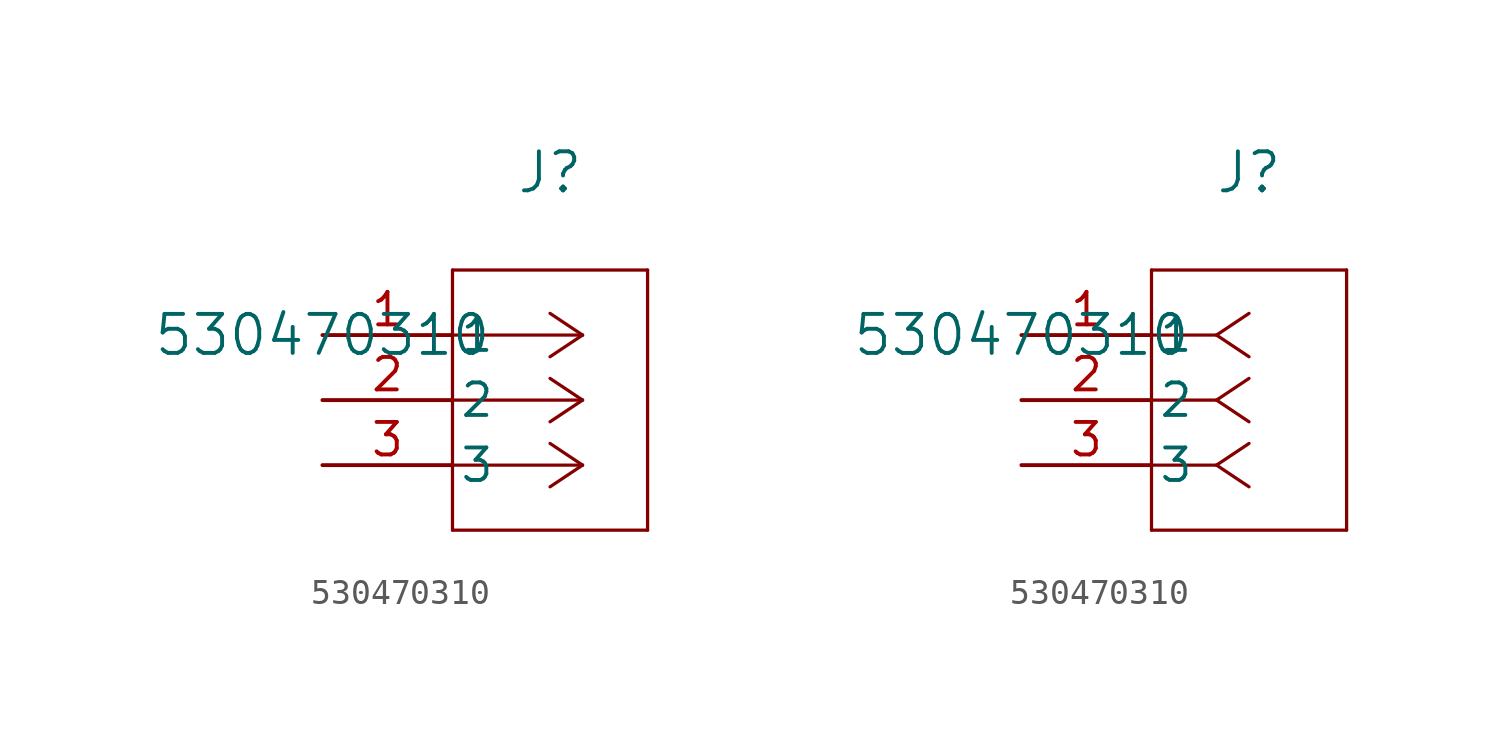
<source format=kicad_sym>
(kicad_symbol_lib
  (version 20211014)
  (generator kicad_symbol_editor)
  (symbol "530470310"
    (pin_names
      (offset 0.254))
    (property "Reference" "J"
      (at 8.89 6.35 0)
      (effects (font (size 1.524 1.524))))
    (property "Value" "530470310"
      (at 0 0 0)
      (effects (font (size 1.524 1.524))))
    (symbol "530470310_1_1"
      (polyline (pts (xy 10.16 0) (xy 5.08 0)) (stroke (width 0.127) (type default) (color 0 0 0 0)) (fill (type none)))
      (polyline (pts (xy 10.16 -2.54) (xy 5.08 -2.54)) (stroke (width 0.127) (type default) (color 0 0 0 0)) (fill (type none)))
      (polyline (pts (xy 10.16 -5.08) (xy 5.08 -5.08)) (stroke (width 0.127) (type default) (color 0 0 0 0)) (fill (type none)))
      (polyline (pts (xy 10.16 0) (xy 8.89 0.847)) (stroke (width 0.127) (type default) (color 0 0 0 0)) (fill (type none)))
      (polyline (pts (xy 10.16 -2.54) (xy 8.89 -1.693)) (stroke (width 0.127) (type default) (color 0 0 0 0)) (fill (type none)))
      (polyline (pts (xy 10.16 -5.08) (xy 8.89 -4.233)) (stroke (width 0.127) (type default) (color 0 0 0 0)) (fill (type none)))
      (polyline (pts (xy 10.16 0) (xy 8.89 -0.847)) (stroke (width 0.127) (type default) (color 0 0 0 0)) (fill (type none)))
      (polyline (pts (xy 10.16 -2.54) (xy 8.89 -3.387)) (stroke (width 0.127) (type default) (color 0 0 0 0)) (fill (type none)))
      (polyline (pts (xy 10.16 -5.08) (xy 8.89 -5.927)) (stroke (width 0.127) (type default) (color 0 0 0 0)) (fill (type none)))
      (polyline (pts (xy 5.08 2.54) (xy 5.08 -7.62)) (stroke (width 0.127) (type default) (color 0 0 0 0)) (fill (type none)))
      (polyline (pts (xy 5.08 -7.62) (xy 12.7 -7.62)) (stroke (width 0.127) (type default) (color 0 0 0 0)) (fill (type none)))
      (polyline (pts (xy 12.7 -7.62) (xy 12.7 2.54)) (stroke (width 0.127) (type default) (color 0 0 0 0)) (fill (type none)))
      (polyline (pts (xy 12.7 2.54) (xy 5.08 2.54)) (stroke (width 0.127) (type default) (color 0 0 0 0)) (fill (type none)))
      (pin unspecified line (at 0 0 0) (length 5.08) (name "1" (effects (font (size 1.27 1.27)))) (number "1" (effects (font (size 1.27 1.27)))))
      (pin unspecified line (at 0 -2.54 0) (length 5.08) (name "2" (effects (font (size 1.27 1.27)))) (number "2" (effects (font (size 1.27 1.27)))))
      (pin unspecified line (at 0 -5.08 0) (length 5.08) (name "3" (effects (font (size 1.27 1.27)))) (number "3" (effects (font (size 1.27 1.27))))))
    (symbol "530470310_1_2"
      (polyline (pts (xy 7.62 0) (xy 5.08 0)) (stroke (width 0.127) (type default) (color 0 0 0 0)) (fill (type none)))
      (polyline (pts (xy 7.62 -2.54) (xy 5.08 -2.54)) (stroke (width 0.127) (type default) (color 0 0 0 0)) (fill (type none)))
      (polyline (pts (xy 7.62 -5.08) (xy 5.08 -5.08)) (stroke (width 0.127) (type default) (color 0 0 0 0)) (fill (type none)))
      (polyline (pts (xy 7.62 0) (xy 8.89 0.847)) (stroke (width 0.127) (type default) (color 0 0 0 0)) (fill (type none)))
      (polyline (pts (xy 7.62 -2.54) (xy 8.89 -1.693)) (stroke (width 0.127) (type default) (color 0 0 0 0)) (fill (type none)))
      (polyline (pts (xy 7.62 -5.08) (xy 8.89 -4.233)) (stroke (width 0.127) (type default) (color 0 0 0 0)) (fill (type none)))
      (polyline (pts (xy 7.62 0) (xy 8.89 -0.847)) (stroke (width 0.127) (type default) (color 0 0 0 0)) (fill (type none)))
      (polyline (pts (xy 7.62 -2.54) (xy 8.89 -3.387)) (stroke (width 0.127) (type default) (color 0 0 0 0)) (fill (type none)))
      (polyline (pts (xy 7.62 -5.08) (xy 8.89 -5.927)) (stroke (width 0.127) (type default) (color 0 0 0 0)) (fill (type none)))
      (polyline (pts (xy 5.08 2.54) (xy 5.08 -7.62)) (stroke (width 0.127) (type default) (color 0 0 0 0)) (fill (type none)))
      (polyline (pts (xy 5.08 -7.62) (xy 12.7 -7.62)) (stroke (width 0.127) (type default) (color 0 0 0 0)) (fill (type none)))
      (polyline (pts (xy 12.7 -7.62) (xy 12.7 2.54)) (stroke (width 0.127) (type default) (color 0 0 0 0)) (fill (type none)))
      (polyline (pts (xy 12.7 2.54) (xy 5.08 2.54)) (stroke (width 0.127) (type default) (color 0 0 0 0)) (fill (type none)))
      (pin unspecified line (at 0 0 0) (length 5.08) (name "1" (effects (font (size 1.27 1.27)))) (number "1" (effects (font (size 1.27 1.27)))))
      (pin unspecified line (at 0 -2.54 0) (length 5.08) (name "2" (effects (font (size 1.27 1.27)))) (number "2" (effects (font (size 1.27 1.27)))))
      (pin unspecified line (at 0 -5.08 0) (length 5.08) (name "3" (effects (font (size 1.27 1.27)))) (number "3" (effects (font (size 1.27 1.27))))))))
</source>
